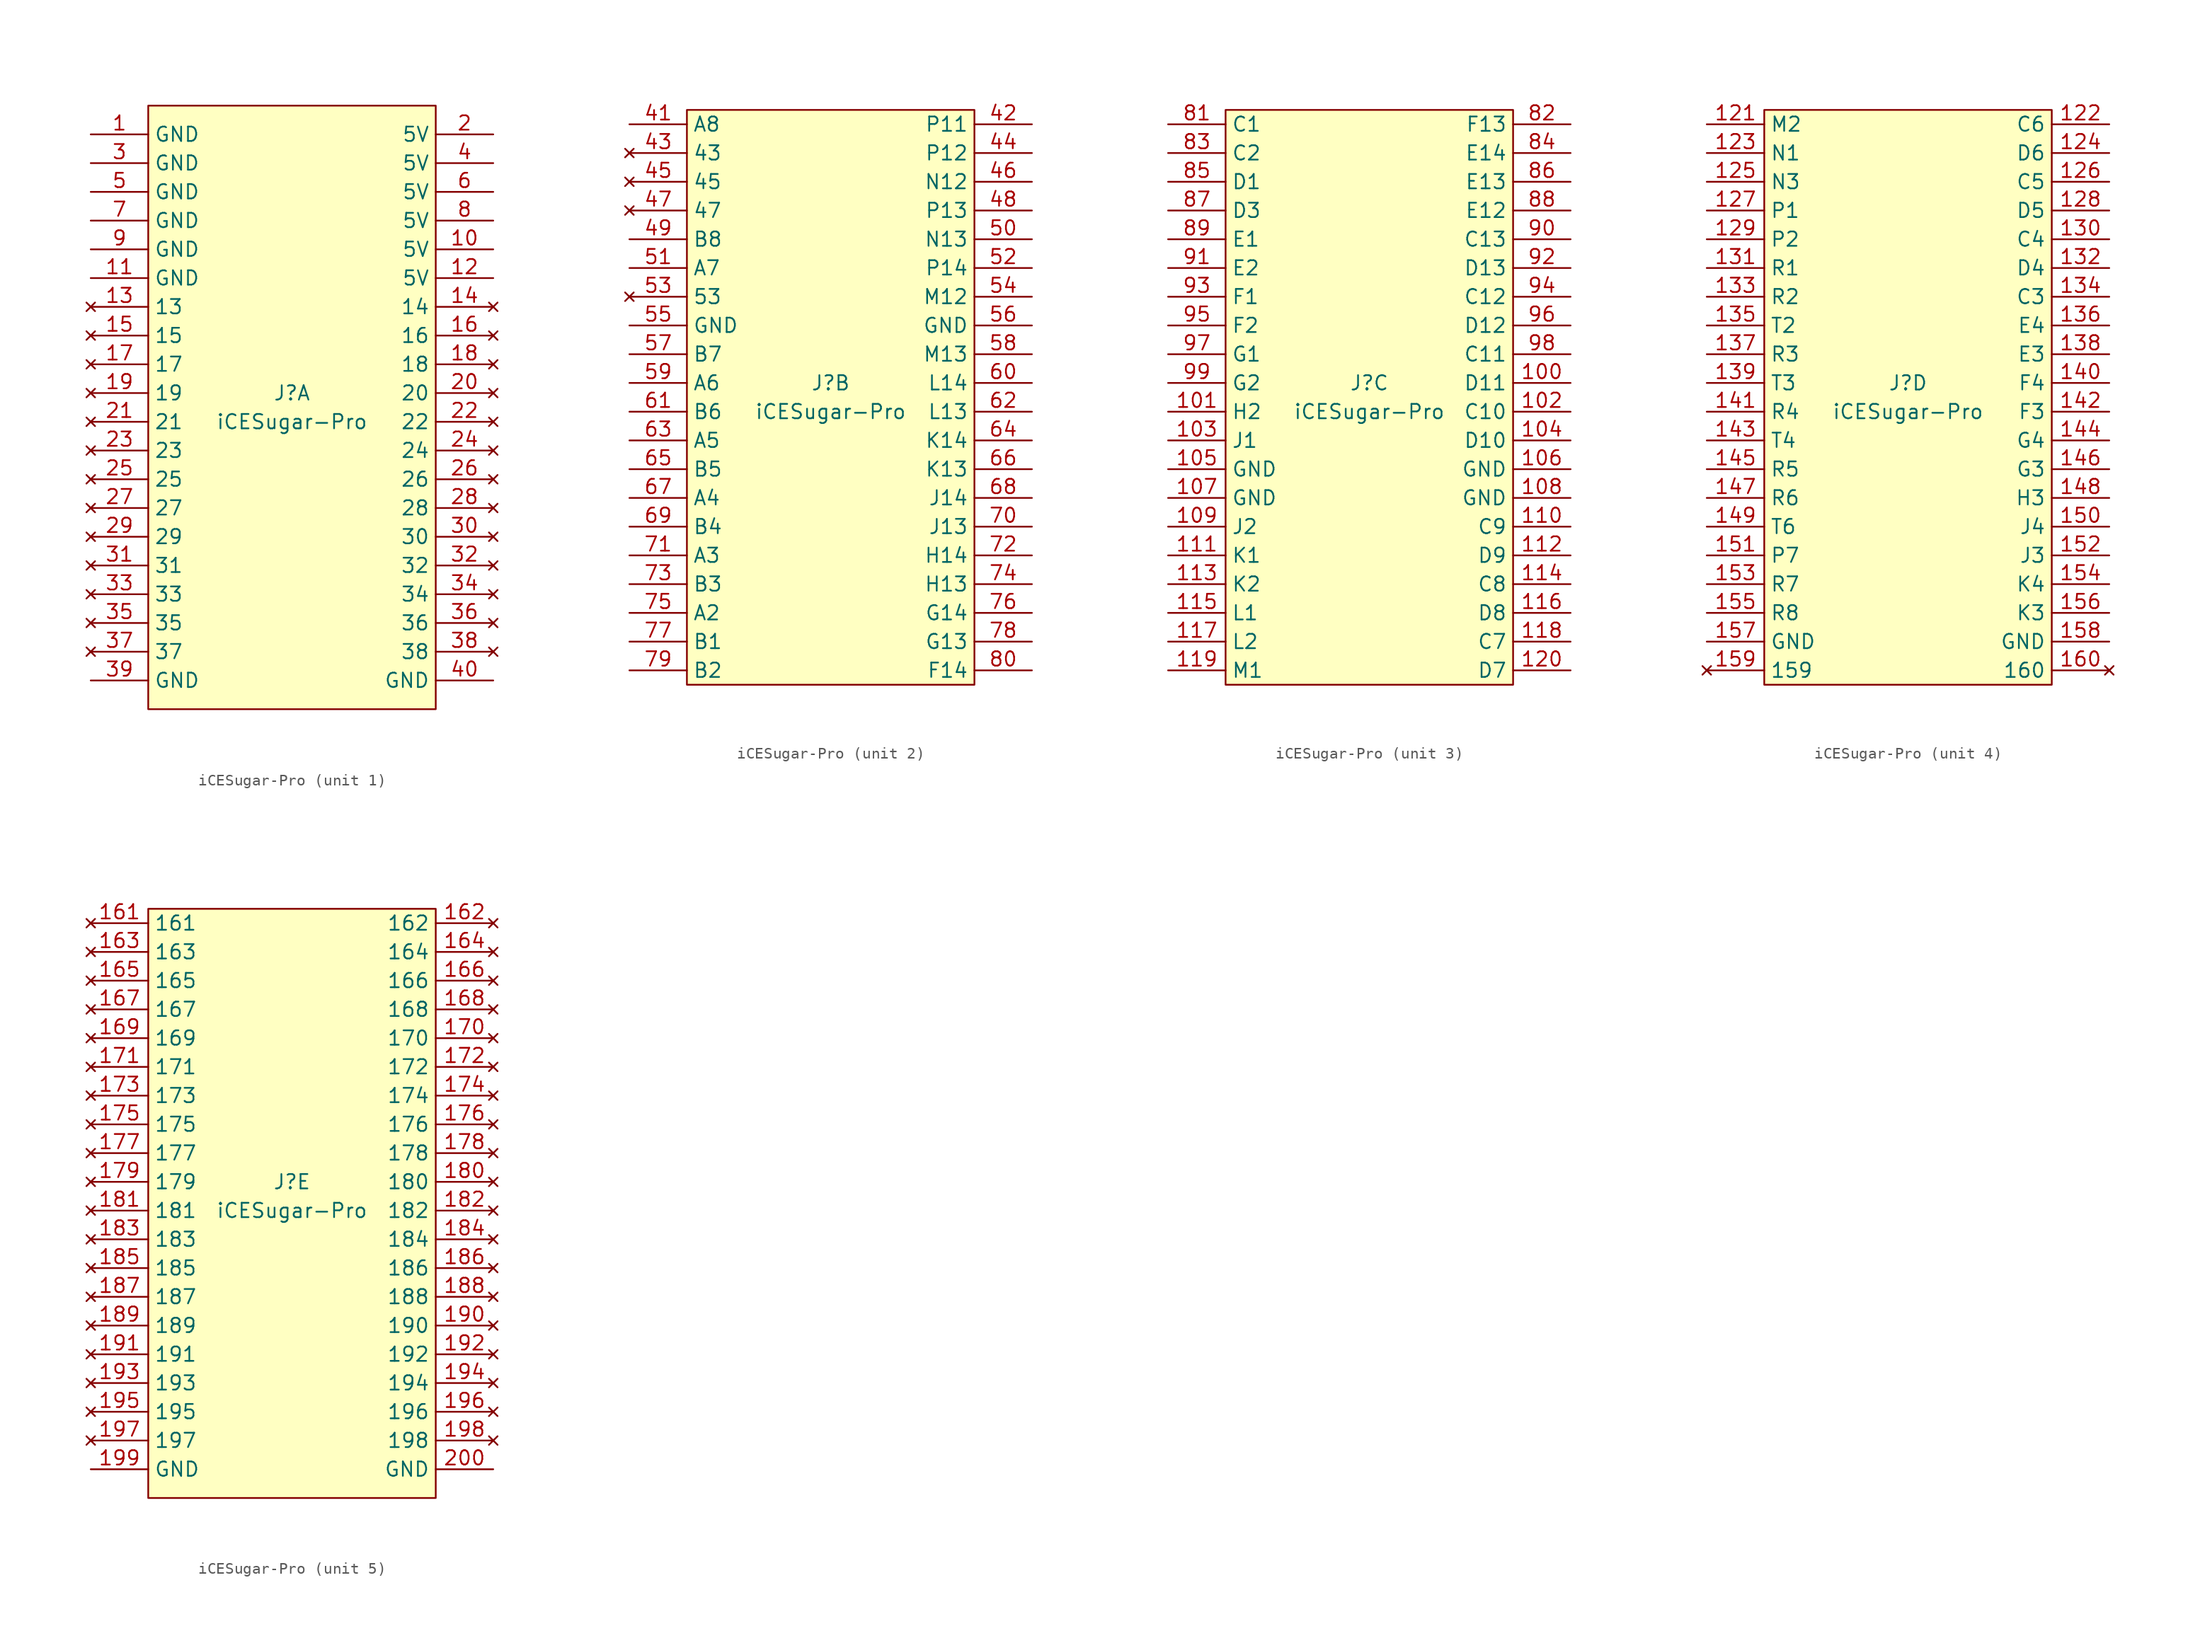
<source format=kicad_sym>
(kicad_symbol_lib
  (version 20231120)
  (generator "kicad_symbol_editor")
  (generator_version "8.0")
  (symbol "iCESugar-Pro"
    (property "Reference" "J"
      (at 0 0 0)
      (effects (font (size 1.27 1.27))))
    (property "Value" "iCESugar-Pro"
      (at 0 -2.54 0)
      (effects (font (size 1.27 1.27))))
    (property "ki_locked" ""
      (at 0 0 0)
      (effects (font (size 1.27 1.27))))
    (symbol "iCESugar-Pro_1_1"
      (rectangle (start -12.7 25.4) (end 12.7 -27.94) (stroke (width 0) (type default)) (fill (type background)))
      (pin power_in line (at -17.78 22.86 0) (length 5.08) (name "GND" (effects (font (size 1.27 1.27)))) (number "1" (effects (font (size 1.27 1.27)))))
      (pin power_in line (at 17.78 12.7 180) (length 5.08) (name "5V" (effects (font (size 1.27 1.27)))) (number "10" (effects (font (size 1.27 1.27)))))
      (pin power_in line (at -17.78 10.16 0) (length 5.08) (name "GND" (effects (font (size 1.27 1.27)))) (number "11" (effects (font (size 1.27 1.27)))))
      (pin power_in line (at 17.78 10.16 180) (length 5.08) (name "5V" (effects (font (size 1.27 1.27)))) (number "12" (effects (font (size 1.27 1.27)))))
      (pin no_connect line (at -17.78 7.62 0) (length 5.08) (name "13" (effects (font (size 1.27 1.27)))) (number "13" (effects (font (size 1.27 1.27)))))
      (pin no_connect line (at 17.78 7.62 180) (length 5.08) (name "14" (effects (font (size 1.27 1.27)))) (number "14" (effects (font (size 1.27 1.27)))))
      (pin no_connect line (at -17.78 5.08 0) (length 5.08) (name "15" (effects (font (size 1.27 1.27)))) (number "15" (effects (font (size 1.27 1.27)))))
      (pin no_connect line (at 17.78 5.08 180) (length 5.08) (name "16" (effects (font (size 1.27 1.27)))) (number "16" (effects (font (size 1.27 1.27)))))
      (pin no_connect line (at -17.78 2.54 0) (length 5.08) (name "17" (effects (font (size 1.27 1.27)))) (number "17" (effects (font (size 1.27 1.27)))))
      (pin no_connect line (at 17.78 2.54 180) (length 5.08) (name "18" (effects (font (size 1.27 1.27)))) (number "18" (effects (font (size 1.27 1.27)))))
      (pin no_connect line (at -17.78 0 0) (length 5.08) (name "19" (effects (font (size 1.27 1.27)))) (number "19" (effects (font (size 1.27 1.27)))))
      (pin power_in line (at 17.78 22.86 180) (length 5.08) (name "5V" (effects (font (size 1.27 1.27)))) (number "2" (effects (font (size 1.27 1.27)))))
      (pin no_connect line (at 17.78 0 180) (length 5.08) (name "20" (effects (font (size 1.27 1.27)))) (number "20" (effects (font (size 1.27 1.27)))))
      (pin no_connect line (at -17.78 -2.54 0) (length 5.08) (name "21" (effects (font (size 1.27 1.27)))) (number "21" (effects (font (size 1.27 1.27)))))
      (pin no_connect line (at 17.78 -2.54 180) (length 5.08) (name "22" (effects (font (size 1.27 1.27)))) (number "22" (effects (font (size 1.27 1.27)))))
      (pin no_connect line (at -17.78 -5.08 0) (length 5.08) (name "23" (effects (font (size 1.27 1.27)))) (number "23" (effects (font (size 1.27 1.27)))))
      (pin no_connect line (at 17.78 -5.08 180) (length 5.08) (name "24" (effects (font (size 1.27 1.27)))) (number "24" (effects (font (size 1.27 1.27)))))
      (pin no_connect line (at -17.78 -7.62 0) (length 5.08) (name "25" (effects (font (size 1.27 1.27)))) (number "25" (effects (font (size 1.27 1.27)))))
      (pin no_connect line (at 17.78 -7.62 180) (length 5.08) (name "26" (effects (font (size 1.27 1.27)))) (number "26" (effects (font (size 1.27 1.27)))))
      (pin no_connect line (at -17.78 -10.16 0) (length 5.08) (name "27" (effects (font (size 1.27 1.27)))) (number "27" (effects (font (size 1.27 1.27)))))
      (pin no_connect line (at 17.78 -10.16 180) (length 5.08) (name "28" (effects (font (size 1.27 1.27)))) (number "28" (effects (font (size 1.27 1.27)))))
      (pin no_connect line (at -17.78 -12.7 0) (length 5.08) (name "29" (effects (font (size 1.27 1.27)))) (number "29" (effects (font (size 1.27 1.27)))))
      (pin power_in line (at -17.78 20.32 0) (length 5.08) (name "GND" (effects (font (size 1.27 1.27)))) (number "3" (effects (font (size 1.27 1.27)))))
      (pin no_connect line (at 17.78 -12.7 180) (length 5.08) (name "30" (effects (font (size 1.27 1.27)))) (number "30" (effects (font (size 1.27 1.27)))))
      (pin no_connect line (at -17.78 -15.24 0) (length 5.08) (name "31" (effects (font (size 1.27 1.27)))) (number "31" (effects (font (size 1.27 1.27)))))
      (pin no_connect line (at 17.78 -15.24 180) (length 5.08) (name "32" (effects (font (size 1.27 1.27)))) (number "32" (effects (font (size 1.27 1.27)))))
      (pin no_connect line (at -17.78 -17.78 0) (length 5.08) (name "33" (effects (font (size 1.27 1.27)))) (number "33" (effects (font (size 1.27 1.27)))))
      (pin no_connect line (at 17.78 -17.78 180) (length 5.08) (name "34" (effects (font (size 1.27 1.27)))) (number "34" (effects (font (size 1.27 1.27)))))
      (pin no_connect line (at -17.78 -20.32 0) (length 5.08) (name "35" (effects (font (size 1.27 1.27)))) (number "35" (effects (font (size 1.27 1.27)))))
      (pin no_connect line (at 17.78 -20.32 180) (length 5.08) (name "36" (effects (font (size 1.27 1.27)))) (number "36" (effects (font (size 1.27 1.27)))))
      (pin no_connect line (at -17.78 -22.86 0) (length 5.08) (name "37" (effects (font (size 1.27 1.27)))) (number "37" (effects (font (size 1.27 1.27)))))
      (pin no_connect line (at 17.78 -22.86 180) (length 5.08) (name "38" (effects (font (size 1.27 1.27)))) (number "38" (effects (font (size 1.27 1.27)))))
      (pin power_in line (at -17.78 -25.4 0) (length 5.08) (name "GND" (effects (font (size 1.27 1.27)))) (number "39" (effects (font (size 1.27 1.27)))))
      (pin power_in line (at 17.78 20.32 180) (length 5.08) (name "5V" (effects (font (size 1.27 1.27)))) (number "4" (effects (font (size 1.27 1.27)))))
      (pin power_in line (at 17.78 -25.4 180) (length 5.08) (name "GND" (effects (font (size 1.27 1.27)))) (number "40" (effects (font (size 1.27 1.27)))))
      (pin power_in line (at -17.78 17.78 0) (length 5.08) (name "GND" (effects (font (size 1.27 1.27)))) (number "5" (effects (font (size 1.27 1.27)))))
      (pin power_in line (at 17.78 17.78 180) (length 5.08) (name "5V" (effects (font (size 1.27 1.27)))) (number "6" (effects (font (size 1.27 1.27)))))
      (pin power_in line (at -17.78 15.24 0) (length 5.08) (name "GND" (effects (font (size 1.27 1.27)))) (number "7" (effects (font (size 1.27 1.27)))))
      (pin power_in line (at 17.78 15.24 180) (length 5.08) (name "5V" (effects (font (size 1.27 1.27)))) (number "8" (effects (font (size 1.27 1.27)))))
      (pin power_in line (at -17.78 12.7 0) (length 5.08) (name "GND" (effects (font (size 1.27 1.27)))) (number "9" (effects (font (size 1.27 1.27))))))
    (symbol "iCESugar-Pro_2_1"
      (rectangle (start -12.7 -26.67) (end 12.7 24.13) (stroke (width 0) (type default)) (fill (type background)))
      (pin passive line (at -17.78 22.86 0) (length 5.08) (name "A8" (effects (font (size 1.27 1.27)))) (number "41" (effects (font (size 1.27 1.27)))))
      (pin passive line (at 17.78 22.86 180) (length 5.08) (name "P11" (effects (font (size 1.27 1.27)))) (number "42" (effects (font (size 1.27 1.27)))))
      (pin no_connect line (at -17.78 20.32 0) (length 5.08) (name "43" (effects (font (size 1.27 1.27)))) (number "43" (effects (font (size 1.27 1.27)))))
      (pin passive line (at 17.78 20.32 180) (length 5.08) (name "P12" (effects (font (size 1.27 1.27)))) (number "44" (effects (font (size 1.27 1.27)))))
      (pin no_connect line (at -17.78 17.78 0) (length 5.08) (name "45" (effects (font (size 1.27 1.27)))) (number "45" (effects (font (size 1.27 1.27)))))
      (pin passive line (at 17.78 17.78 180) (length 5.08) (name "N12" (effects (font (size 1.27 1.27)))) (number "46" (effects (font (size 1.27 1.27)))))
      (pin no_connect line (at -17.78 15.24 0) (length 5.08) (name "47" (effects (font (size 1.27 1.27)))) (number "47" (effects (font (size 1.27 1.27)))))
      (pin passive line (at 17.78 15.24 180) (length 5.08) (name "P13" (effects (font (size 1.27 1.27)))) (number "48" (effects (font (size 1.27 1.27)))))
      (pin passive line (at -17.78 12.7 0) (length 5.08) (name "B8" (effects (font (size 1.27 1.27)))) (number "49" (effects (font (size 1.27 1.27)))))
      (pin passive line (at 17.78 12.7 180) (length 5.08) (name "N13" (effects (font (size 1.27 1.27)))) (number "50" (effects (font (size 1.27 1.27)))))
      (pin passive line (at -17.78 10.16 0) (length 5.08) (name "A7" (effects (font (size 1.27 1.27)))) (number "51" (effects (font (size 1.27 1.27)))))
      (pin passive line (at 17.78 10.16 180) (length 5.08) (name "P14" (effects (font (size 1.27 1.27)))) (number "52" (effects (font (size 1.27 1.27)))))
      (pin no_connect line (at -17.78 7.62 0) (length 5.08) (name "53" (effects (font (size 1.27 1.27)))) (number "53" (effects (font (size 1.27 1.27)))))
      (pin passive line (at 17.78 7.62 180) (length 5.08) (name "M12" (effects (font (size 1.27 1.27)))) (number "54" (effects (font (size 1.27 1.27)))))
      (pin power_in line (at -17.78 5.08 0) (length 5.08) (name "GND" (effects (font (size 1.27 1.27)))) (number "55" (effects (font (size 1.27 1.27)))))
      (pin power_in line (at 17.78 5.08 180) (length 5.08) (name "GND" (effects (font (size 1.27 1.27)))) (number "56" (effects (font (size 1.27 1.27)))))
      (pin passive line (at -17.78 2.54 0) (length 5.08) (name "B7" (effects (font (size 1.27 1.27)))) (number "57" (effects (font (size 1.27 1.27)))))
      (pin passive line (at 17.78 2.54 180) (length 5.08) (name "M13" (effects (font (size 1.27 1.27)))) (number "58" (effects (font (size 1.27 1.27)))))
      (pin passive line (at -17.78 0 0) (length 5.08) (name "A6" (effects (font (size 1.27 1.27)))) (number "59" (effects (font (size 1.27 1.27)))))
      (pin passive line (at 17.78 0 180) (length 5.08) (name "L14" (effects (font (size 1.27 1.27)))) (number "60" (effects (font (size 1.27 1.27)))))
      (pin passive line (at -17.78 -2.54 0) (length 5.08) (name "B6" (effects (font (size 1.27 1.27)))) (number "61" (effects (font (size 1.27 1.27)))))
      (pin passive line (at 17.78 -2.54 180) (length 5.08) (name "L13" (effects (font (size 1.27 1.27)))) (number "62" (effects (font (size 1.27 1.27)))))
      (pin passive line (at -17.78 -5.08 0) (length 5.08) (name "A5" (effects (font (size 1.27 1.27)))) (number "63" (effects (font (size 1.27 1.27)))))
      (pin passive line (at 17.78 -5.08 180) (length 5.08) (name "K14" (effects (font (size 1.27 1.27)))) (number "64" (effects (font (size 1.27 1.27)))))
      (pin passive line (at -17.78 -7.62 0) (length 5.08) (name "B5" (effects (font (size 1.27 1.27)))) (number "65" (effects (font (size 1.27 1.27)))))
      (pin passive line (at 17.78 -7.62 180) (length 5.08) (name "K13" (effects (font (size 1.27 1.27)))) (number "66" (effects (font (size 1.27 1.27)))))
      (pin passive line (at -17.78 -10.16 0) (length 5.08) (name "A4" (effects (font (size 1.27 1.27)))) (number "67" (effects (font (size 1.27 1.27)))))
      (pin passive line (at 17.78 -10.16 180) (length 5.08) (name "J14" (effects (font (size 1.27 1.27)))) (number "68" (effects (font (size 1.27 1.27)))))
      (pin passive line (at -17.78 -12.7 0) (length 5.08) (name "B4" (effects (font (size 1.27 1.27)))) (number "69" (effects (font (size 1.27 1.27)))))
      (pin passive line (at 17.78 -12.7 180) (length 5.08) (name "J13" (effects (font (size 1.27 1.27)))) (number "70" (effects (font (size 1.27 1.27)))))
      (pin passive line (at -17.78 -15.24 0) (length 5.08) (name "A3" (effects (font (size 1.27 1.27)))) (number "71" (effects (font (size 1.27 1.27)))))
      (pin passive line (at 17.78 -15.24 180) (length 5.08) (name "H14" (effects (font (size 1.27 1.27)))) (number "72" (effects (font (size 1.27 1.27)))))
      (pin passive line (at -17.78 -17.78 0) (length 5.08) (name "B3" (effects (font (size 1.27 1.27)))) (number "73" (effects (font (size 1.27 1.27)))))
      (pin passive line (at 17.78 -17.78 180) (length 5.08) (name "H13" (effects (font (size 1.27 1.27)))) (number "74" (effects (font (size 1.27 1.27)))))
      (pin passive line (at -17.78 -20.32 0) (length 5.08) (name "A2" (effects (font (size 1.27 1.27)))) (number "75" (effects (font (size 1.27 1.27)))))
      (pin passive line (at 17.78 -20.32 180) (length 5.08) (name "G14" (effects (font (size 1.27 1.27)))) (number "76" (effects (font (size 1.27 1.27)))))
      (pin passive line (at -17.78 -22.86 0) (length 5.08) (name "B1" (effects (font (size 1.27 1.27)))) (number "77" (effects (font (size 1.27 1.27)))))
      (pin passive line (at 17.78 -22.86 180) (length 5.08) (name "G13" (effects (font (size 1.27 1.27)))) (number "78" (effects (font (size 1.27 1.27)))))
      (pin passive line (at -17.78 -25.4 0) (length 5.08) (name "B2" (effects (font (size 1.27 1.27)))) (number "79" (effects (font (size 1.27 1.27)))))
      (pin passive line (at 17.78 -25.4 180) (length 5.08) (name "F14" (effects (font (size 1.27 1.27)))) (number "80" (effects (font (size 1.27 1.27))))))
    (symbol "iCESugar-Pro_3_1"
      (rectangle (start -12.7 24.13) (end 12.7 -26.67) (stroke (width 0) (type default)) (fill (type background)))
      (pin passive line (at 17.78 0 180) (length 5.08) (name "D11" (effects (font (size 1.27 1.27)))) (number "100" (effects (font (size 1.27 1.27)))))
      (pin passive line (at -17.78 -2.54 0) (length 5.08) (name "H2" (effects (font (size 1.27 1.27)))) (number "101" (effects (font (size 1.27 1.27)))))
      (pin passive line (at 17.78 -2.54 180) (length 5.08) (name "C10" (effects (font (size 1.27 1.27)))) (number "102" (effects (font (size 1.27 1.27)))))
      (pin passive line (at -17.78 -5.08 0) (length 5.08) (name "J1" (effects (font (size 1.27 1.27)))) (number "103" (effects (font (size 1.27 1.27)))))
      (pin passive line (at 17.78 -5.08 180) (length 5.08) (name "D10" (effects (font (size 1.27 1.27)))) (number "104" (effects (font (size 1.27 1.27)))))
      (pin power_in line (at -17.78 -7.62 0) (length 5.08) (name "GND" (effects (font (size 1.27 1.27)))) (number "105" (effects (font (size 1.27 1.27)))))
      (pin power_in line (at 17.78 -7.62 180) (length 5.08) (name "GND" (effects (font (size 1.27 1.27)))) (number "106" (effects (font (size 1.27 1.27)))))
      (pin power_in line (at -17.78 -10.16 0) (length 5.08) (name "GND" (effects (font (size 1.27 1.27)))) (number "107" (effects (font (size 1.27 1.27)))))
      (pin power_in line (at 17.78 -10.16 180) (length 5.08) (name "GND" (effects (font (size 1.27 1.27)))) (number "108" (effects (font (size 1.27 1.27)))))
      (pin passive line (at -17.78 -12.7 0) (length 5.08) (name "J2" (effects (font (size 1.27 1.27)))) (number "109" (effects (font (size 1.27 1.27)))))
      (pin passive line (at 17.78 -12.7 180) (length 5.08) (name "C9" (effects (font (size 1.27 1.27)))) (number "110" (effects (font (size 1.27 1.27)))))
      (pin passive line (at -17.78 -15.24 0) (length 5.08) (name "K1" (effects (font (size 1.27 1.27)))) (number "111" (effects (font (size 1.27 1.27)))))
      (pin passive line (at 17.78 -15.24 180) (length 5.08) (name "D9" (effects (font (size 1.27 1.27)))) (number "112" (effects (font (size 1.27 1.27)))))
      (pin passive line (at -17.78 -17.78 0) (length 5.08) (name "K2" (effects (font (size 1.27 1.27)))) (number "113" (effects (font (size 1.27 1.27)))))
      (pin passive line (at 17.78 -17.78 180) (length 5.08) (name "C8" (effects (font (size 1.27 1.27)))) (number "114" (effects (font (size 1.27 1.27)))))
      (pin passive line (at -17.78 -20.32 0) (length 5.08) (name "L1" (effects (font (size 1.27 1.27)))) (number "115" (effects (font (size 1.27 1.27)))))
      (pin passive line (at 17.78 -20.32 180) (length 5.08) (name "D8" (effects (font (size 1.27 1.27)))) (number "116" (effects (font (size 1.27 1.27)))))
      (pin passive line (at -17.78 -22.86 0) (length 5.08) (name "L2" (effects (font (size 1.27 1.27)))) (number "117" (effects (font (size 1.27 1.27)))))
      (pin passive line (at 17.78 -22.86 180) (length 5.08) (name "C7" (effects (font (size 1.27 1.27)))) (number "118" (effects (font (size 1.27 1.27)))))
      (pin passive line (at -17.78 -25.4 0) (length 5.08) (name "M1" (effects (font (size 1.27 1.27)))) (number "119" (effects (font (size 1.27 1.27)))))
      (pin passive line (at 17.78 -25.4 180) (length 5.08) (name "D7" (effects (font (size 1.27 1.27)))) (number "120" (effects (font (size 1.27 1.27)))))
      (pin passive line (at -17.78 22.86 0) (length 5.08) (name "C1" (effects (font (size 1.27 1.27)))) (number "81" (effects (font (size 1.27 1.27)))))
      (pin passive line (at 17.78 22.86 180) (length 5.08) (name "F13" (effects (font (size 1.27 1.27)))) (number "82" (effects (font (size 1.27 1.27)))))
      (pin passive line (at -17.78 20.32 0) (length 5.08) (name "C2" (effects (font (size 1.27 1.27)))) (number "83" (effects (font (size 1.27 1.27)))))
      (pin passive line (at 17.78 20.32 180) (length 5.08) (name "E14" (effects (font (size 1.27 1.27)))) (number "84" (effects (font (size 1.27 1.27)))))
      (pin passive line (at -17.78 17.78 0) (length 5.08) (name "D1" (effects (font (size 1.27 1.27)))) (number "85" (effects (font (size 1.27 1.27)))))
      (pin passive line (at 17.78 17.78 180) (length 5.08) (name "E13" (effects (font (size 1.27 1.27)))) (number "86" (effects (font (size 1.27 1.27)))))
      (pin passive line (at -17.78 15.24 0) (length 5.08) (name "D3" (effects (font (size 1.27 1.27)))) (number "87" (effects (font (size 1.27 1.27)))))
      (pin passive line (at 17.78 15.24 180) (length 5.08) (name "E12" (effects (font (size 1.27 1.27)))) (number "88" (effects (font (size 1.27 1.27)))))
      (pin passive line (at -17.78 12.7 0) (length 5.08) (name "E1" (effects (font (size 1.27 1.27)))) (number "89" (effects (font (size 1.27 1.27)))))
      (pin passive line (at 17.78 12.7 180) (length 5.08) (name "C13" (effects (font (size 1.27 1.27)))) (number "90" (effects (font (size 1.27 1.27)))))
      (pin passive line (at -17.78 10.16 0) (length 5.08) (name "E2" (effects (font (size 1.27 1.27)))) (number "91" (effects (font (size 1.27 1.27)))))
      (pin passive line (at 17.78 10.16 180) (length 5.08) (name "D13" (effects (font (size 1.27 1.27)))) (number "92" (effects (font (size 1.27 1.27)))))
      (pin passive line (at -17.78 7.62 0) (length 5.08) (name "F1" (effects (font (size 1.27 1.27)))) (number "93" (effects (font (size 1.27 1.27)))))
      (pin passive line (at 17.78 7.62 180) (length 5.08) (name "C12" (effects (font (size 1.27 1.27)))) (number "94" (effects (font (size 1.27 1.27)))))
      (pin passive line (at -17.78 5.08 0) (length 5.08) (name "F2" (effects (font (size 1.27 1.27)))) (number "95" (effects (font (size 1.27 1.27)))))
      (pin passive line (at 17.78 5.08 180) (length 5.08) (name "D12" (effects (font (size 1.27 1.27)))) (number "96" (effects (font (size 1.27 1.27)))))
      (pin passive line (at -17.78 2.54 0) (length 5.08) (name "G1" (effects (font (size 1.27 1.27)))) (number "97" (effects (font (size 1.27 1.27)))))
      (pin passive line (at 17.78 2.54 180) (length 5.08) (name "C11" (effects (font (size 1.27 1.27)))) (number "98" (effects (font (size 1.27 1.27)))))
      (pin passive line (at -17.78 0 0) (length 5.08) (name "G2" (effects (font (size 1.27 1.27)))) (number "99" (effects (font (size 1.27 1.27))))))
    (symbol "iCESugar-Pro_4_1"
      (rectangle (start -12.7 24.13) (end 12.7 -26.67) (stroke (width 0) (type default)) (fill (type background)))
      (pin passive line (at -17.78 22.86 0) (length 5.08) (name "M2" (effects (font (size 1.27 1.27)))) (number "121" (effects (font (size 1.27 1.27)))))
      (pin passive line (at 17.78 22.86 180) (length 5.08) (name "C6" (effects (font (size 1.27 1.27)))) (number "122" (effects (font (size 1.27 1.27)))))
      (pin passive line (at -17.78 20.32 0) (length 5.08) (name "N1" (effects (font (size 1.27 1.27)))) (number "123" (effects (font (size 1.27 1.27)))))
      (pin passive line (at 17.78 20.32 180) (length 5.08) (name "D6" (effects (font (size 1.27 1.27)))) (number "124" (effects (font (size 1.27 1.27)))))
      (pin passive line (at -17.78 17.78 0) (length 5.08) (name "N3" (effects (font (size 1.27 1.27)))) (number "125" (effects (font (size 1.27 1.27)))))
      (pin passive line (at 17.78 17.78 180) (length 5.08) (name "C5" (effects (font (size 1.27 1.27)))) (number "126" (effects (font (size 1.27 1.27)))))
      (pin passive line (at -17.78 15.24 0) (length 5.08) (name "P1" (effects (font (size 1.27 1.27)))) (number "127" (effects (font (size 1.27 1.27)))))
      (pin passive line (at 17.78 15.24 180) (length 5.08) (name "D5" (effects (font (size 1.27 1.27)))) (number "128" (effects (font (size 1.27 1.27)))))
      (pin passive line (at -17.78 12.7 0) (length 5.08) (name "P2" (effects (font (size 1.27 1.27)))) (number "129" (effects (font (size 1.27 1.27)))))
      (pin passive line (at 17.78 12.7 180) (length 5.08) (name "C4" (effects (font (size 1.27 1.27)))) (number "130" (effects (font (size 1.27 1.27)))))
      (pin passive line (at -17.78 10.16 0) (length 5.08) (name "R1" (effects (font (size 1.27 1.27)))) (number "131" (effects (font (size 1.27 1.27)))))
      (pin passive line (at 17.78 10.16 180) (length 5.08) (name "D4" (effects (font (size 1.27 1.27)))) (number "132" (effects (font (size 1.27 1.27)))))
      (pin passive line (at -17.78 7.62 0) (length 5.08) (name "R2" (effects (font (size 1.27 1.27)))) (number "133" (effects (font (size 1.27 1.27)))))
      (pin passive line (at 17.78 7.62 180) (length 5.08) (name "C3" (effects (font (size 1.27 1.27)))) (number "134" (effects (font (size 1.27 1.27)))))
      (pin passive line (at -17.78 5.08 0) (length 5.08) (name "T2" (effects (font (size 1.27 1.27)))) (number "135" (effects (font (size 1.27 1.27)))))
      (pin passive line (at 17.78 5.08 180) (length 5.08) (name "E4" (effects (font (size 1.27 1.27)))) (number "136" (effects (font (size 1.27 1.27)))))
      (pin passive line (at -17.78 2.54 0) (length 5.08) (name "R3" (effects (font (size 1.27 1.27)))) (number "137" (effects (font (size 1.27 1.27)))))
      (pin passive line (at 17.78 2.54 180) (length 5.08) (name "E3" (effects (font (size 1.27 1.27)))) (number "138" (effects (font (size 1.27 1.27)))))
      (pin passive line (at -17.78 0 0) (length 5.08) (name "T3" (effects (font (size 1.27 1.27)))) (number "139" (effects (font (size 1.27 1.27)))))
      (pin passive line (at 17.78 0 180) (length 5.08) (name "F4" (effects (font (size 1.27 1.27)))) (number "140" (effects (font (size 1.27 1.27)))))
      (pin passive line (at -17.78 -2.54 0) (length 5.08) (name "R4" (effects (font (size 1.27 1.27)))) (number "141" (effects (font (size 1.27 1.27)))))
      (pin passive line (at 17.78 -2.54 180) (length 5.08) (name "F3" (effects (font (size 1.27 1.27)))) (number "142" (effects (font (size 1.27 1.27)))))
      (pin passive line (at -17.78 -5.08 0) (length 5.08) (name "T4" (effects (font (size 1.27 1.27)))) (number "143" (effects (font (size 1.27 1.27)))))
      (pin passive line (at 17.78 -5.08 180) (length 5.08) (name "G4" (effects (font (size 1.27 1.27)))) (number "144" (effects (font (size 1.27 1.27)))))
      (pin passive line (at -17.78 -7.62 0) (length 5.08) (name "R5" (effects (font (size 1.27 1.27)))) (number "145" (effects (font (size 1.27 1.27)))))
      (pin passive line (at 17.78 -7.62 180) (length 5.08) (name "G3" (effects (font (size 1.27 1.27)))) (number "146" (effects (font (size 1.27 1.27)))))
      (pin passive line (at -17.78 -10.16 0) (length 5.08) (name "R6" (effects (font (size 1.27 1.27)))) (number "147" (effects (font (size 1.27 1.27)))))
      (pin passive line (at 17.78 -10.16 180) (length 5.08) (name "H3" (effects (font (size 1.27 1.27)))) (number "148" (effects (font (size 1.27 1.27)))))
      (pin passive line (at -17.78 -12.7 0) (length 5.08) (name "T6" (effects (font (size 1.27 1.27)))) (number "149" (effects (font (size 1.27 1.27)))))
      (pin passive line (at 17.78 -12.7 180) (length 5.08) (name "J4" (effects (font (size 1.27 1.27)))) (number "150" (effects (font (size 1.27 1.27)))))
      (pin passive line (at -17.78 -15.24 0) (length 5.08) (name "P7" (effects (font (size 1.27 1.27)))) (number "151" (effects (font (size 1.27 1.27)))))
      (pin passive line (at 17.78 -15.24 180) (length 5.08) (name "J3" (effects (font (size 1.27 1.27)))) (number "152" (effects (font (size 1.27 1.27)))))
      (pin passive line (at -17.78 -17.78 0) (length 5.08) (name "R7" (effects (font (size 1.27 1.27)))) (number "153" (effects (font (size 1.27 1.27)))))
      (pin passive line (at 17.78 -17.78 180) (length 5.08) (name "K4" (effects (font (size 1.27 1.27)))) (number "154" (effects (font (size 1.27 1.27)))))
      (pin passive line (at -17.78 -20.32 0) (length 5.08) (name "R8" (effects (font (size 1.27 1.27)))) (number "155" (effects (font (size 1.27 1.27)))))
      (pin passive line (at 17.78 -20.32 180) (length 5.08) (name "K3" (effects (font (size 1.27 1.27)))) (number "156" (effects (font (size 1.27 1.27)))))
      (pin power_in line (at -17.78 -22.86 0) (length 5.08) (name "GND" (effects (font (size 1.27 1.27)))) (number "157" (effects (font (size 1.27 1.27)))))
      (pin power_in line (at 17.78 -22.86 180) (length 5.08) (name "GND" (effects (font (size 1.27 1.27)))) (number "158" (effects (font (size 1.27 1.27)))))
      (pin no_connect line (at -17.78 -25.4 0) (length 5.08) (name "159" (effects (font (size 1.27 1.27)))) (number "159" (effects (font (size 1.27 1.27)))))
      (pin no_connect line (at 17.78 -25.4 180) (length 5.08) (name "160" (effects (font (size 1.27 1.27)))) (number "160" (effects (font (size 1.27 1.27))))))
    (symbol "iCESugar-Pro_5_1"
      (rectangle (start -12.7 24.13) (end 12.7 -27.94) (stroke (width 0) (type default)) (fill (type background)))
      (pin no_connect line (at -17.78 22.86 0) (length 5.08) (name "161" (effects (font (size 1.27 1.27)))) (number "161" (effects (font (size 1.27 1.27)))))
      (pin no_connect line (at 17.78 22.86 180) (length 5.08) (name "162" (effects (font (size 1.27 1.27)))) (number "162" (effects (font (size 1.27 1.27)))))
      (pin no_connect line (at -17.78 20.32 0) (length 5.08) (name "163" (effects (font (size 1.27 1.27)))) (number "163" (effects (font (size 1.27 1.27)))))
      (pin no_connect line (at 17.78 20.32 180) (length 5.08) (name "164" (effects (font (size 1.27 1.27)))) (number "164" (effects (font (size 1.27 1.27)))))
      (pin no_connect line (at -17.78 17.78 0) (length 5.08) (name "165" (effects (font (size 1.27 1.27)))) (number "165" (effects (font (size 1.27 1.27)))))
      (pin no_connect line (at 17.78 17.78 180) (length 5.08) (name "166" (effects (font (size 1.27 1.27)))) (number "166" (effects (font (size 1.27 1.27)))))
      (pin no_connect line (at -17.78 15.24 0) (length 5.08) (name "167" (effects (font (size 1.27 1.27)))) (number "167" (effects (font (size 1.27 1.27)))))
      (pin no_connect line (at 17.78 15.24 180) (length 5.08) (name "168" (effects (font (size 1.27 1.27)))) (number "168" (effects (font (size 1.27 1.27)))))
      (pin no_connect line (at -17.78 12.7 0) (length 5.08) (name "169" (effects (font (size 1.27 1.27)))) (number "169" (effects (font (size 1.27 1.27)))))
      (pin no_connect line (at 17.78 12.7 180) (length 5.08) (name "170" (effects (font (size 1.27 1.27)))) (number "170" (effects (font (size 1.27 1.27)))))
      (pin no_connect line (at -17.78 10.16 0) (length 5.08) (name "171" (effects (font (size 1.27 1.27)))) (number "171" (effects (font (size 1.27 1.27)))))
      (pin no_connect line (at 17.78 10.16 180) (length 5.08) (name "172" (effects (font (size 1.27 1.27)))) (number "172" (effects (font (size 1.27 1.27)))))
      (pin no_connect line (at -17.78 7.62 0) (length 5.08) (name "173" (effects (font (size 1.27 1.27)))) (number "173" (effects (font (size 1.27 1.27)))))
      (pin no_connect line (at 17.78 7.62 180) (length 5.08) (name "174" (effects (font (size 1.27 1.27)))) (number "174" (effects (font (size 1.27 1.27)))))
      (pin no_connect line (at -17.78 5.08 0) (length 5.08) (name "175" (effects (font (size 1.27 1.27)))) (number "175" (effects (font (size 1.27 1.27)))))
      (pin no_connect line (at 17.78 5.08 180) (length 5.08) (name "176" (effects (font (size 1.27 1.27)))) (number "176" (effects (font (size 1.27 1.27)))))
      (pin no_connect line (at -17.78 2.54 0) (length 5.08) (name "177" (effects (font (size 1.27 1.27)))) (number "177" (effects (font (size 1.27 1.27)))))
      (pin no_connect line (at 17.78 2.54 180) (length 5.08) (name "178" (effects (font (size 1.27 1.27)))) (number "178" (effects (font (size 1.27 1.27)))))
      (pin no_connect line (at -17.78 0 0) (length 5.08) (name "179" (effects (font (size 1.27 1.27)))) (number "179" (effects (font (size 1.27 1.27)))))
      (pin no_connect line (at 17.78 0 180) (length 5.08) (name "180" (effects (font (size 1.27 1.27)))) (number "180" (effects (font (size 1.27 1.27)))))
      (pin no_connect line (at -17.78 -2.54 0) (length 5.08) (name "181" (effects (font (size 1.27 1.27)))) (number "181" (effects (font (size 1.27 1.27)))))
      (pin no_connect line (at 17.78 -2.54 180) (length 5.08) (name "182" (effects (font (size 1.27 1.27)))) (number "182" (effects (font (size 1.27 1.27)))))
      (pin no_connect line (at -17.78 -5.08 0) (length 5.08) (name "183" (effects (font (size 1.27 1.27)))) (number "183" (effects (font (size 1.27 1.27)))))
      (pin no_connect line (at 17.78 -5.08 180) (length 5.08) (name "184" (effects (font (size 1.27 1.27)))) (number "184" (effects (font (size 1.27 1.27)))))
      (pin no_connect line (at -17.78 -7.62 0) (length 5.08) (name "185" (effects (font (size 1.27 1.27)))) (number "185" (effects (font (size 1.27 1.27)))))
      (pin no_connect line (at 17.78 -7.62 180) (length 5.08) (name "186" (effects (font (size 1.27 1.27)))) (number "186" (effects (font (size 1.27 1.27)))))
      (pin no_connect line (at -17.78 -10.16 0) (length 5.08) (name "187" (effects (font (size 1.27 1.27)))) (number "187" (effects (font (size 1.27 1.27)))))
      (pin no_connect line (at 17.78 -10.16 180) (length 5.08) (name "188" (effects (font (size 1.27 1.27)))) (number "188" (effects (font (size 1.27 1.27)))))
      (pin no_connect line (at -17.78 -12.7 0) (length 5.08) (name "189" (effects (font (size 1.27 1.27)))) (number "189" (effects (font (size 1.27 1.27)))))
      (pin no_connect line (at 17.78 -12.7 180) (length 5.08) (name "190" (effects (font (size 1.27 1.27)))) (number "190" (effects (font (size 1.27 1.27)))))
      (pin no_connect line (at -17.78 -15.24 0) (length 5.08) (name "191" (effects (font (size 1.27 1.27)))) (number "191" (effects (font (size 1.27 1.27)))))
      (pin no_connect line (at 17.78 -15.24 180) (length 5.08) (name "192" (effects (font (size 1.27 1.27)))) (number "192" (effects (font (size 1.27 1.27)))))
      (pin no_connect line (at -17.78 -17.78 0) (length 5.08) (name "193" (effects (font (size 1.27 1.27)))) (number "193" (effects (font (size 1.27 1.27)))))
      (pin no_connect line (at 17.78 -17.78 180) (length 5.08) (name "194" (effects (font (size 1.27 1.27)))) (number "194" (effects (font (size 1.27 1.27)))))
      (pin no_connect line (at -17.78 -20.32 0) (length 5.08) (name "195" (effects (font (size 1.27 1.27)))) (number "195" (effects (font (size 1.27 1.27)))))
      (pin no_connect line (at 17.78 -20.32 180) (length 5.08) (name "196" (effects (font (size 1.27 1.27)))) (number "196" (effects (font (size 1.27 1.27)))))
      (pin no_connect line (at -17.78 -22.86 0) (length 5.08) (name "197" (effects (font (size 1.27 1.27)))) (number "197" (effects (font (size 1.27 1.27)))))
      (pin no_connect line (at 17.78 -22.86 180) (length 5.08) (name "198" (effects (font (size 1.27 1.27)))) (number "198" (effects (font (size 1.27 1.27)))))
      (pin power_in line (at -17.78 -25.4 0) (length 5.08) (name "GND" (effects (font (size 1.27 1.27)))) (number "199" (effects (font (size 1.27 1.27)))))
      (pin power_in line (at 17.78 -25.4 180) (length 5.08) (name "GND" (effects (font (size 1.27 1.27)))) (number "200" (effects (font (size 1.27 1.27))))))))
</source>
